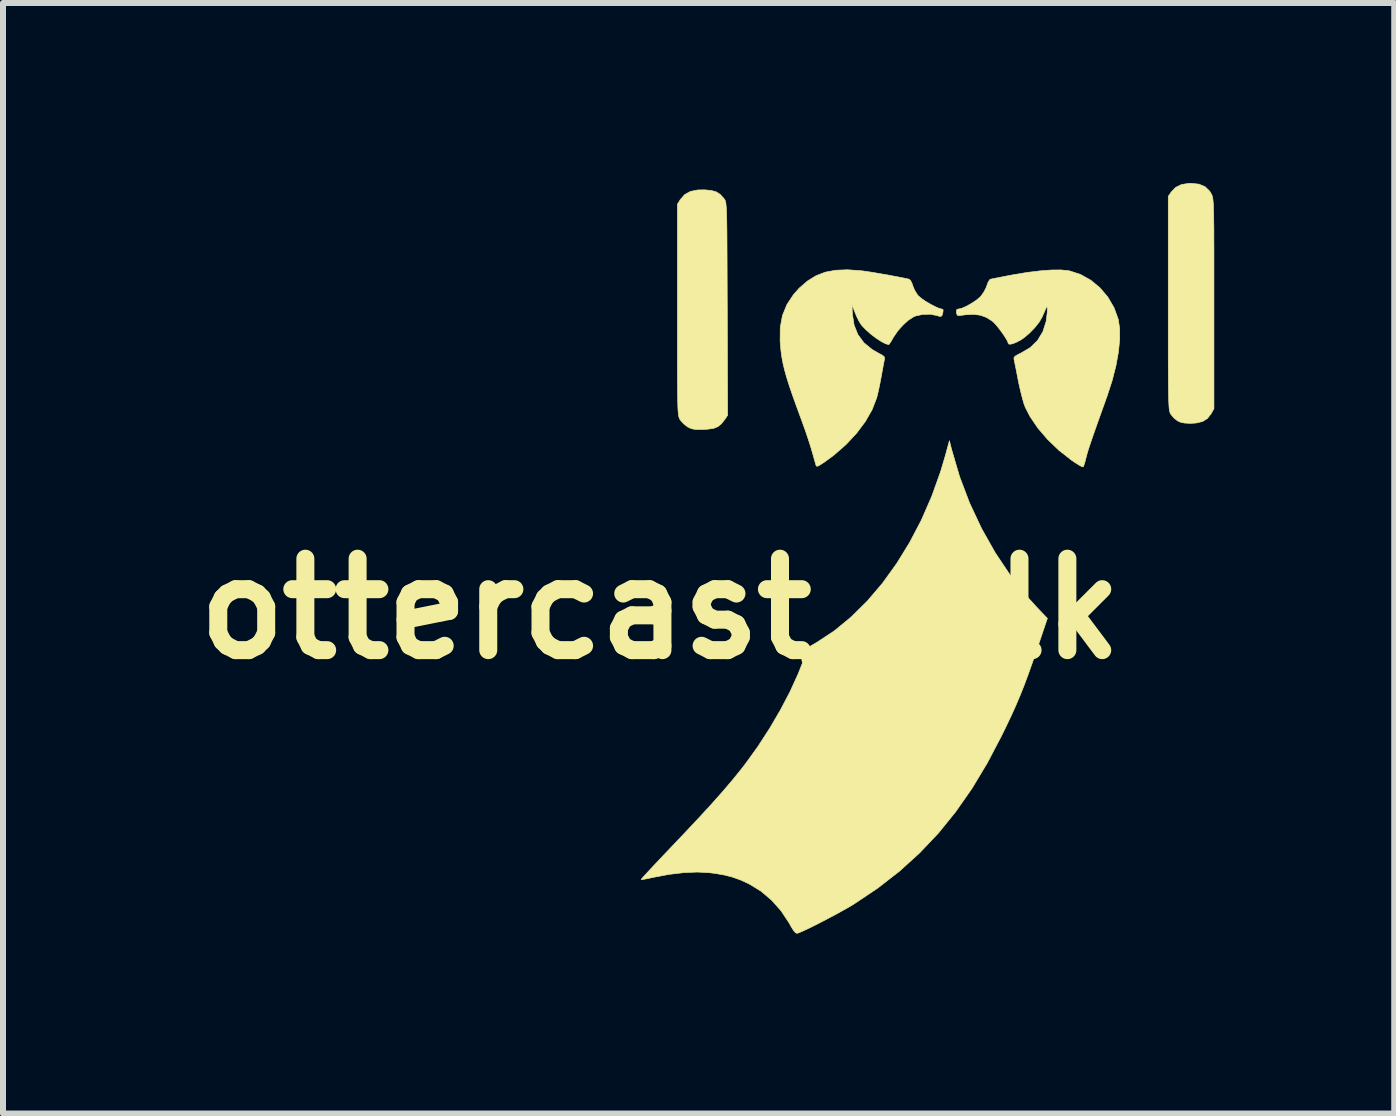
<source format=kicad_pcb>
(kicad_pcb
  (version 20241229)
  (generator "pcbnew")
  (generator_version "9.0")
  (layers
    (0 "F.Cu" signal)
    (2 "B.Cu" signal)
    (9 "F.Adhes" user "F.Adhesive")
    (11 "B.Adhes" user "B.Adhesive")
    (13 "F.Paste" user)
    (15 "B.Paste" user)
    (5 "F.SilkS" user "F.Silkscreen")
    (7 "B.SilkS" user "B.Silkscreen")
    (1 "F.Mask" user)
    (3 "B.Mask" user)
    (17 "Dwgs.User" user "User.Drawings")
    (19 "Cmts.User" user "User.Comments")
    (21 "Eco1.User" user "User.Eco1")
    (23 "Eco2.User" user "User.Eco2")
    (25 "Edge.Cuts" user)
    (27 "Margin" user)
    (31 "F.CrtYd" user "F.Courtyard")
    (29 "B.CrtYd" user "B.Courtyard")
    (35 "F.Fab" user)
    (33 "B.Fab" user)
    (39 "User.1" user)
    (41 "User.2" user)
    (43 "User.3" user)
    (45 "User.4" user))
  (footprint "ottercast_silk"
    (layer "F.Cu")
    (at 7.954 7.096)
    (property "Reference" "ottercast_silk" (at 0 0 0) (layer "F.SilkS") (effects (font (size 1.524 1.524) (thickness 0.3))))
    (attr through_hole)
    (fp_poly (pts (xy 8.978 -7.077) (xy 9.081 -7.034) (xy 9.157 -6.96) (xy 9.186 -6.911) (xy 9.194 -6.894) (xy 9.201 -6.876) (xy 9.206 -6.853) (xy 9.211 -6.822) (xy 9.215 -6.781) (xy 9.219 -6.727) (xy 9.221 -6.657) (xy 9.224 -6.569) (xy 9.225 -6.459) (xy 9.227 -6.324) (xy 9.227 -6.162) (xy 9.228 -5.97) (xy 9.228 -5.745) (xy 9.228 -5.484) (xy 9.228 -5.185) (xy 9.228 -5.079) (xy 9.228 -3.334) (xy 9.181 -3.251) (xy 9.12 -3.172) (xy 9.04 -3.122) (xy 8.934 -3.096) (xy 8.837 -3.09) (xy 8.739 -3.095) (xy 8.668 -3.11) (xy 8.62 -3.133) (xy 8.56 -3.181) (xy 8.51 -3.241) (xy 8.509 -3.244) (xy 8.501 -3.257) (xy 8.495 -3.272) (xy 8.489 -3.292) (xy 8.484 -3.32) (xy 8.48 -3.359) (xy 8.477 -3.41) (xy 8.474 -3.478) (xy 8.472 -3.565) (xy 8.47 -3.673) (xy 8.469 -3.805) (xy 8.468 -3.964) (xy 8.467 -4.154) (xy 8.467 -4.375) (xy 8.467 -4.633) (xy 8.467 -4.928) (xy 8.467 -5.093) (xy 8.467 -6.873) (xy 8.514 -6.943) (xy 8.589 -7.022) (xy 8.685 -7.07) (xy 8.809 -7.09) (xy 8.844 -7.091) (xy 8.978 -7.077)) (stroke (width 0.01) (type solid)) (fill yes) (layer "F.SilkS"))
    (fp_poly (pts (xy 0.852 -6.971) (xy 0.934 -6.948) (xy 0.999 -6.906) (xy 1.06 -6.839) (xy 1.068 -6.829) (xy 1.075 -6.818) (xy 1.082 -6.805) (xy 1.088 -6.787) (xy 1.093 -6.762) (xy 1.097 -6.727) (xy 1.101 -6.679) (xy 1.104 -6.616) (xy 1.107 -6.534) (xy 1.109 -6.431) (xy 1.111 -6.304) (xy 1.112 -6.15) (xy 1.113 -5.967) (xy 1.114 -5.752) (xy 1.115 -5.501) (xy 1.116 -5.213) (xy 1.117 -4.997) (xy 1.123 -3.225) (xy 1.075 -3.154) (xy 1.018 -3.082) (xy 0.96 -3.035) (xy 0.888 -3.006) (xy 0.791 -2.993) (xy 0.723 -2.989) (xy 0.629 -2.988) (xy 0.563 -2.992) (xy 0.513 -3.004) (xy 0.467 -3.026) (xy 0.456 -3.031) (xy 0.393 -3.08) (xy 0.339 -3.139) (xy 0.329 -3.154) (xy 0.322 -3.168) (xy 0.315 -3.183) (xy 0.309 -3.203) (xy 0.304 -3.23) (xy 0.3 -3.267) (xy 0.296 -3.317) (xy 0.293 -3.382) (xy 0.291 -3.466) (xy 0.289 -3.57) (xy 0.288 -3.699) (xy 0.287 -3.855) (xy 0.286 -4.04) (xy 0.286 -4.257) (xy 0.286 -4.509) (xy 0.286 -4.8) (xy 0.286 -4.985) (xy 0.286 -6.742) (xy 0.334 -6.819) (xy 0.406 -6.902) (xy 0.501 -6.955) (xy 0.625 -6.98) (xy 0.74 -6.982) (xy 0.852 -6.971)) (stroke (width 0.01) (type solid)) (fill yes) (layer "F.SilkS"))
    (fp_poly (pts (xy 4.856 -2.655) (xy 4.988 -2.205) (xy 5.155 -1.764) (xy 5.355 -1.338) (xy 5.584 -0.932) (xy 5.84 -0.55) (xy 6.119 -0.197) (xy 6.274 -0.027) (xy 6.452 0.16) (xy 6.288 0.646) (xy 6.207 0.884) (xy 6.134 1.09) (xy 6.066 1.273) (xy 5.998 1.444) (xy 5.927 1.611) (xy 5.849 1.784) (xy 5.76 1.971) (xy 5.694 2.106) (xy 5.452 2.568) (xy 5.197 2.992) (xy 4.925 3.382) (xy 4.635 3.74) (xy 4.323 4.069) (xy 3.987 4.374) (xy 3.623 4.657) (xy 3.23 4.92) (xy 3.147 4.97) (xy 3.042 5.029) (xy 2.923 5.095) (xy 2.796 5.162) (xy 2.668 5.229) (xy 2.548 5.29) (xy 2.441 5.342) (xy 2.356 5.381) (xy 2.3 5.404) (xy 2.294 5.406) (xy 2.271 5.408) (xy 2.248 5.394) (xy 2.22 5.359) (xy 2.181 5.297) (xy 2.146 5.234) (xy 2.015 5.036) (xy 1.857 4.858) (xy 1.679 4.707) (xy 1.488 4.59) (xy 1.479 4.585) (xy 1.338 4.52) (xy 1.206 4.473) (xy 1.071 4.438) (xy 0.916 4.411) (xy 0.82 4.399) (xy 0.619 4.388) (xy 0.391 4.398) (xy 0.146 4.427) (xy -0.103 4.474) (xy -0.191 4.493) (xy -0.262 4.507) (xy -0.306 4.513) (xy -0.318 4.513) (xy -0.312 4.504) (xy -0.295 4.482) (xy -0.263 4.447) (xy -0.215 4.395) (xy -0.149 4.324) (xy -0.063 4.232) (xy 0.046 4.117) (xy 0.18 3.976) (xy 0.34 3.808) (xy 0.388 3.757) (xy 0.633 3.497) (xy 0.849 3.262) (xy 1.039 3.048) (xy 1.206 2.852) (xy 1.353 2.67) (xy 1.423 2.58) (xy 1.628 2.295) (xy 1.823 1.994) (xy 2.003 1.687) (xy 2.163 1.382) (xy 2.297 1.088) (xy 2.372 0.899) (xy 2.465 0.644) (xy 2.613 0.558) (xy 2.904 0.366) (xy 3.183 0.136) (xy 3.451 -0.129) (xy 3.704 -0.426) (xy 3.939 -0.752) (xy 4.156 -1.104) (xy 4.352 -1.478) (xy 4.524 -1.872) (xy 4.671 -2.282) (xy 4.748 -2.54) (xy 4.819 -2.801) (xy 4.856 -2.655)) (stroke (width 0.01) (type solid)) (fill yes) (layer "F.SilkS"))
    (fp_poly (pts (xy 3.347 -5.634) (xy 3.387 -5.629) (xy 3.464 -5.618) (xy 3.565 -5.602) (xy 3.681 -5.582) (xy 3.803 -5.561) (xy 3.92 -5.539) (xy 4.024 -5.519) (xy 4.104 -5.503) (xy 4.15 -5.492) (xy 4.174 -5.467) (xy 4.199 -5.416) (xy 4.207 -5.388) (xy 4.239 -5.311) (xy 4.285 -5.235) (xy 4.298 -5.219) (xy 4.345 -5.178) (xy 4.414 -5.129) (xy 4.495 -5.081) (xy 4.576 -5.038) (xy 4.646 -5.007) (xy 4.693 -4.995) (xy 4.694 -4.995) (xy 4.714 -4.985) (xy 4.712 -4.946) (xy 4.71 -4.937) (xy 4.696 -4.888) (xy 4.676 -4.871) (xy 4.638 -4.878) (xy 4.612 -4.887) (xy 4.501 -4.909) (xy 4.377 -4.906) (xy 4.26 -4.881) (xy 4.223 -4.866) (xy 4.138 -4.812) (xy 4.048 -4.731) (xy 3.961 -4.634) (xy 3.89 -4.531) (xy 3.873 -4.502) (xy 3.841 -4.446) (xy 3.816 -4.41) (xy 3.807 -4.403) (xy 3.755 -4.417) (xy 3.683 -4.455) (xy 3.598 -4.51) (xy 3.511 -4.576) (xy 3.431 -4.647) (xy 3.365 -4.715) (xy 3.343 -4.744) (xy 3.308 -4.801) (xy 3.27 -4.879) (xy 3.245 -4.941) (xy 3.195 -5.069) (xy 3.203 -4.906) (xy 3.231 -4.727) (xy 3.294 -4.57) (xy 3.394 -4.434) (xy 3.53 -4.322) (xy 3.636 -4.261) (xy 3.7 -4.227) (xy 3.733 -4.2) (xy 3.74 -4.173) (xy 3.738 -4.161) (xy 3.73 -4.123) (xy 3.717 -4.054) (xy 3.7 -3.963) (xy 3.684 -3.873) (xy 3.663 -3.763) (xy 3.641 -3.655) (xy 3.62 -3.564) (xy 3.607 -3.515) (xy 3.531 -3.318) (xy 3.417 -3.119) (xy 3.269 -2.922) (xy 3.093 -2.734) (xy 2.891 -2.558) (xy 2.748 -2.453) (xy 2.678 -2.406) (xy 2.635 -2.381) (xy 2.611 -2.374) (xy 2.599 -2.384) (xy 2.594 -2.397) (xy 2.585 -2.428) (xy 2.568 -2.489) (xy 2.545 -2.571) (xy 2.531 -2.62) (xy 2.502 -2.716) (xy 2.463 -2.837) (xy 2.419 -2.968) (xy 2.373 -3.094) (xy 2.369 -3.107) (xy 2.284 -3.338) (xy 2.213 -3.535) (xy 2.155 -3.703) (xy 2.109 -3.848) (xy 2.073 -3.975) (xy 2.046 -4.089) (xy 2.026 -4.196) (xy 2.012 -4.3) (xy 2.002 -4.407) (xy 1.998 -4.466) (xy 2 -4.688) (xy 2.037 -4.888) (xy 2.111 -5.07) (xy 2.222 -5.238) (xy 2.318 -5.345) (xy 2.453 -5.462) (xy 2.595 -5.55) (xy 2.75 -5.61) (xy 2.923 -5.642) (xy 3.121 -5.65) (xy 3.347 -5.634)) (stroke (width 0.01) (type solid)) (fill yes) (layer "F.SilkS"))
    (fp_poly (pts (xy 6.807 -5.634) (xy 6.82 -5.632) (xy 7.004 -5.572) (xy 7.176 -5.476) (xy 7.329 -5.349) (xy 7.46 -5.194) (xy 7.563 -5.018) (xy 7.633 -4.826) (xy 7.633 -4.824) (xy 7.657 -4.67) (xy 7.657 -4.486) (xy 7.636 -4.277) (xy 7.594 -4.047) (xy 7.531 -3.801) (xy 7.448 -3.545) (xy 7.444 -3.535) (xy 7.367 -3.32) (xy 7.303 -3.141) (xy 7.251 -2.994) (xy 7.209 -2.874) (xy 7.176 -2.777) (xy 7.15 -2.7) (xy 7.13 -2.638) (xy 7.115 -2.587) (xy 7.103 -2.543) (xy 7.098 -2.523) (xy 7.079 -2.449) (xy 7.061 -2.392) (xy 7.049 -2.365) (xy 7.027 -2.369) (xy 6.979 -2.395) (xy 6.912 -2.437) (xy 6.85 -2.48) (xy 6.643 -2.642) (xy 6.456 -2.822) (xy 6.294 -3.011) (xy 6.163 -3.204) (xy 6.085 -3.355) (xy 6.061 -3.419) (xy 6.034 -3.514) (xy 6.005 -3.629) (xy 5.977 -3.752) (xy 5.968 -3.796) (xy 5.946 -3.911) (xy 5.926 -4.013) (xy 5.909 -4.095) (xy 5.898 -4.148) (xy 5.896 -4.16) (xy 5.896 -4.187) (xy 5.918 -4.212) (xy 5.967 -4.24) (xy 6.016 -4.264) (xy 6.169 -4.355) (xy 6.29 -4.474) (xy 6.377 -4.618) (xy 6.431 -4.787) (xy 6.448 -4.921) (xy 6.452 -4.988) (xy 6.452 -5.027) (xy 6.446 -5.035) (xy 6.43 -5.01) (xy 6.403 -4.95) (xy 6.364 -4.861) (xy 6.315 -4.777) (xy 6.24 -4.683) (xy 6.15 -4.591) (xy 6.057 -4.513) (xy 6.003 -4.477) (xy 5.924 -4.436) (xy 5.859 -4.413) (xy 5.815 -4.409) (xy 5.8 -4.424) (xy 5.787 -4.461) (xy 5.753 -4.519) (xy 5.706 -4.59) (xy 5.651 -4.664) (xy 5.597 -4.731) (xy 5.55 -4.78) (xy 5.535 -4.793) (xy 5.438 -4.855) (xy 5.338 -4.892) (xy 5.224 -4.907) (xy 5.087 -4.9) (xy 4.985 -4.886) (xy 4.952 -4.891) (xy 4.937 -4.926) (xy 4.936 -4.937) (xy 4.937 -4.98) (xy 4.96 -4.995) (xy 4.969 -4.995) (xy 5.025 -5.008) (xy 5.101 -5.041) (xy 5.185 -5.088) (xy 5.265 -5.141) (xy 5.33 -5.194) (xy 5.343 -5.208) (xy 5.394 -5.279) (xy 5.434 -5.358) (xy 5.444 -5.387) (xy 5.466 -5.446) (xy 5.492 -5.485) (xy 5.502 -5.492) (xy 5.533 -5.499) (xy 5.598 -5.512) (xy 5.69 -5.53) (xy 5.799 -5.551) (xy 5.884 -5.567) (xy 6.118 -5.606) (xy 6.331 -5.632) (xy 6.521 -5.646) (xy 6.681 -5.647) (xy 6.807 -5.634)) (stroke (width 0.01) (type solid)) (fill yes) (layer "F.SilkS")))
  (gr_rect
    (start -3 -3)
    (end 20.187 15.509)
    (stroke (width 0.1) (type default))
    (fill no)
    (layer "Edge.Cuts")))
</source>
